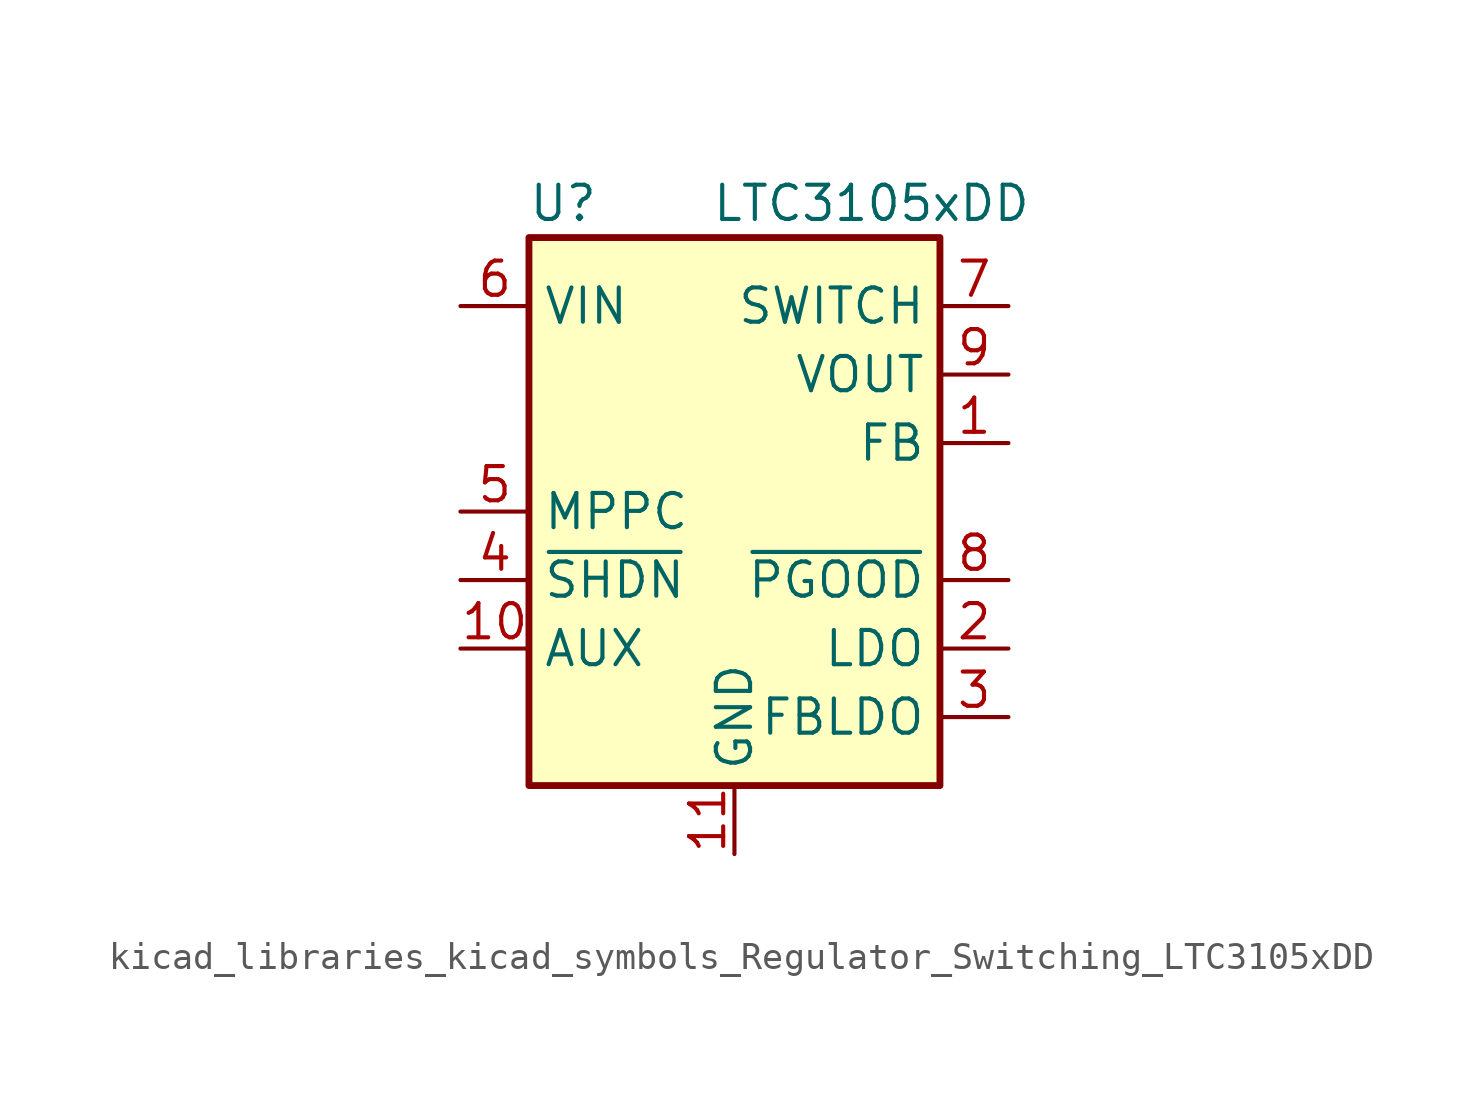
<source format=kicad_sym>
(kicad_symbol_lib
  (version 20220914)
  (generator kicad_symbol_editor)
  (symbol "kicad_libraries_kicad_symbols_Regulator_Switching_LTC3105xDD"
    (property "Reference" "U"
      (at -6.35 11.43 0)
      (effects (font (size 1.27 1.27))))
    (property "Value" "LTC3105xDD"
      (at 5.08 11.43 0)
      (effects (font (size 1.27 1.27))))
    (symbol "kicad_libraries_kicad_symbols_Regulator_Switching_LTC3105xDD_0_0"
      (pin input line (at 10.16 2.54 180) (length 2.54) (name "FB" (effects (font (size 1.27 1.27)))) (number "1" (effects (font (size 1.27 1.27)))))
      (pin power_out line (at -10.16 -5.08 0) (length 2.54) (name "AUX" (effects (font (size 1.27 1.27)))) (number "10" (effects (font (size 1.27 1.27)))))
      (pin power_in line (at 0 -12.7 90) (length 2.54) (name "GND" (effects (font (size 1.27 1.27)))) (number "11" (effects (font (size 1.27 1.27)))))
      (pin power_out line (at 10.16 -5.08 180) (length 2.54) (name "LDO" (effects (font (size 1.27 1.27)))) (number "2" (effects (font (size 1.27 1.27)))))
      (pin input line (at 10.16 -7.62 180) (length 2.54) (name "FBLDO" (effects (font (size 1.27 1.27)))) (number "3" (effects (font (size 1.27 1.27)))))
      (pin input line (at -10.16 -2.54 0) (length 2.54) (name "~{SHDN}" (effects (font (size 1.27 1.27)))) (number "4" (effects (font (size 1.27 1.27)))))
      (pin output line (at -10.16 0 0) (length 2.54) (name "MPPC" (effects (font (size 1.27 1.27)))) (number "5" (effects (font (size 1.27 1.27)))))
      (pin power_in line (at -10.16 7.62 0) (length 2.54) (name "VIN" (effects (font (size 1.27 1.27)))) (number "6" (effects (font (size 1.27 1.27)))))
      (pin output line (at 10.16 7.62 180) (length 2.54) (name "SWITCH" (effects (font (size 1.27 1.27)))) (number "7" (effects (font (size 1.27 1.27)))))
      (pin open_collector line (at 10.16 -2.54 180) (length 2.54) (name "~{PGOOD}" (effects (font (size 1.27 1.27)))) (number "8" (effects (font (size 1.27 1.27)))))
      (pin power_out line (at 10.16 5.08 180) (length 2.54) (name "VOUT" (effects (font (size 1.27 1.27)))) (number "9" (effects (font (size 1.27 1.27))))))
    (symbol "kicad_libraries_kicad_symbols_Regulator_Switching_LTC3105xDD_0_1"
      (rectangle (start -7.62 -10.16) (end 7.62 10.16) (stroke (width 0.254) (type default)) (fill (type background))))))
</source>
